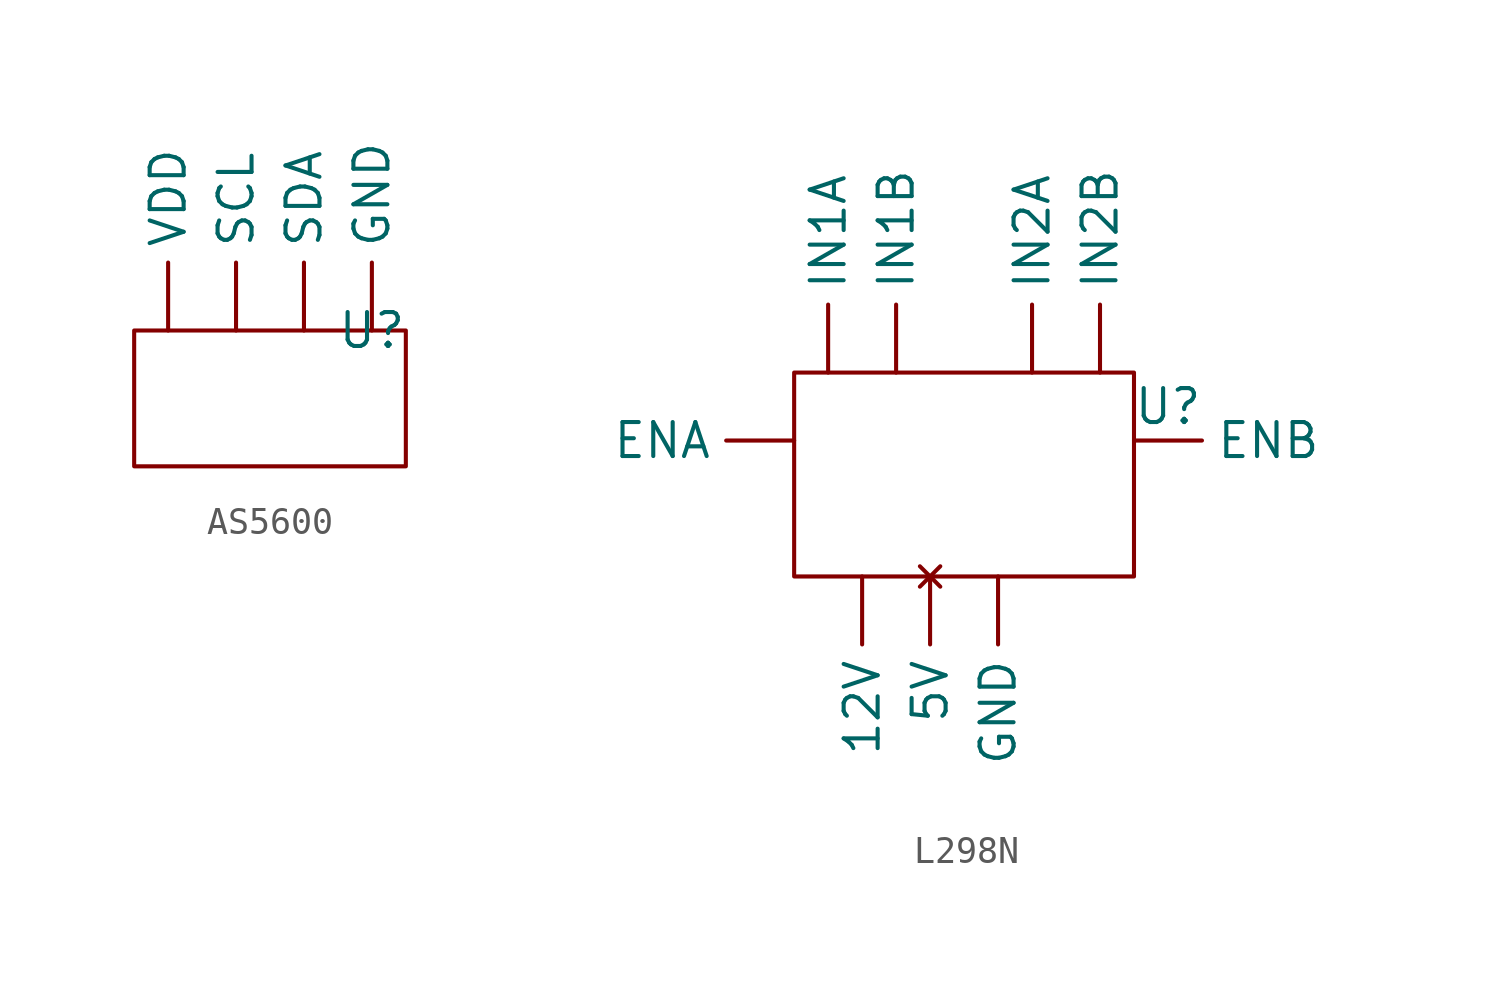
<source format=kicad_sym>
(kicad_symbol_lib
  (version 20220914)
  (generator kicad_symbol_editor)
  (symbol "AS5600"
    (property "Reference" "U"
      (at 3.81 1.27 0)
      (effects (font (size 1.27 1.27))))
    (property "Value" ""
      (at 0 0 0)
      (effects (font (size 1.27 1.27))))
    (symbol "AS5600_0_1"
      (rectangle (start -5.08 1.27) (end 5.08 -3.81) (stroke (width 0) (type default)) (fill (type none))))
    (symbol "AS5600_1_1"
      (pin input line (at 3.81 1.27 90) (length 2.54) (name "GND" (effects (font (size 1.27 1.27)))) (number "" (effects (font (size 1.27 1.27)))))
      (pin input line (at -1.27 1.27 90) (length 2.54) (name "SCL" (effects (font (size 1.27 1.27)))) (number "" (effects (font (size 1.27 1.27)))))
      (pin input line (at 1.27 1.27 90) (length 2.54) (name "SDA" (effects (font (size 1.27 1.27)))) (number "" (effects (font (size 1.27 1.27)))))
      (pin input line (at -3.81 1.27 90) (length 2.54) (name "VDD" (effects (font (size 1.27 1.27)))) (number "" (effects (font (size 1.27 1.27)))))))
  (symbol "L298N"
    (property "Reference" "U"
      (at 7.62 3.81 0)
      (effects (font (size 1.27 1.27))))
    (property "Value" ""
      (at 0 0 0)
      (effects (font (size 1.27 1.27))))
    (symbol "L298N_0_1"
      (rectangle (start -6.35 5.08) (end 6.35 -2.54) (stroke (width 0) (type default)) (fill (type none))))
    (symbol "L298N_1_1"
      (pin power_in line (at -3.81 -2.54 270) (length 2.54) (name "12V" (effects (font (size 1.27 1.27)))) (number "" (effects (font (size 1.27 1.27)))))
      (pin no_connect line (at -1.27 -2.54 270) (length 2.54) (name "5V" (effects (font (size 1.27 1.27)))) (number "" (effects (font (size 1.27 1.27)))))
      (pin power_out line (at -6.35 2.54 180) (length 2.54) (name "ENA" (effects (font (size 1.27 1.27)))) (number "" (effects (font (size 1.27 1.27)))))
      (pin power_out line (at 6.35 2.54 0) (length 2.54) (name "ENB" (effects (font (size 1.27 1.27)))) (number "" (effects (font (size 1.27 1.27)))))
      (pin power_out line (at 1.27 -2.54 270) (length 2.54) (name "GND" (effects (font (size 1.27 1.27)))) (number "" (effects (font (size 1.27 1.27)))))
      (pin power_out line (at -5.08 5.08 90) (length 2.54) (name "IN1A" (effects (font (size 1.27 1.27)))) (number "" (effects (font (size 1.27 1.27)))))
      (pin power_out line (at -2.54 5.08 90) (length 2.54) (name "IN1B" (effects (font (size 1.27 1.27)))) (number "" (effects (font (size 1.27 1.27)))))
      (pin power_out line (at 2.54 5.08 90) (length 2.54) (name "IN2A" (effects (font (size 1.27 1.27)))) (number "" (effects (font (size 1.27 1.27)))))
      (pin power_out line (at 5.08 5.08 90) (length 2.54) (name "IN2B" (effects (font (size 1.27 1.27)))) (number "" (effects (font (size 1.27 1.27))))))))
</source>
